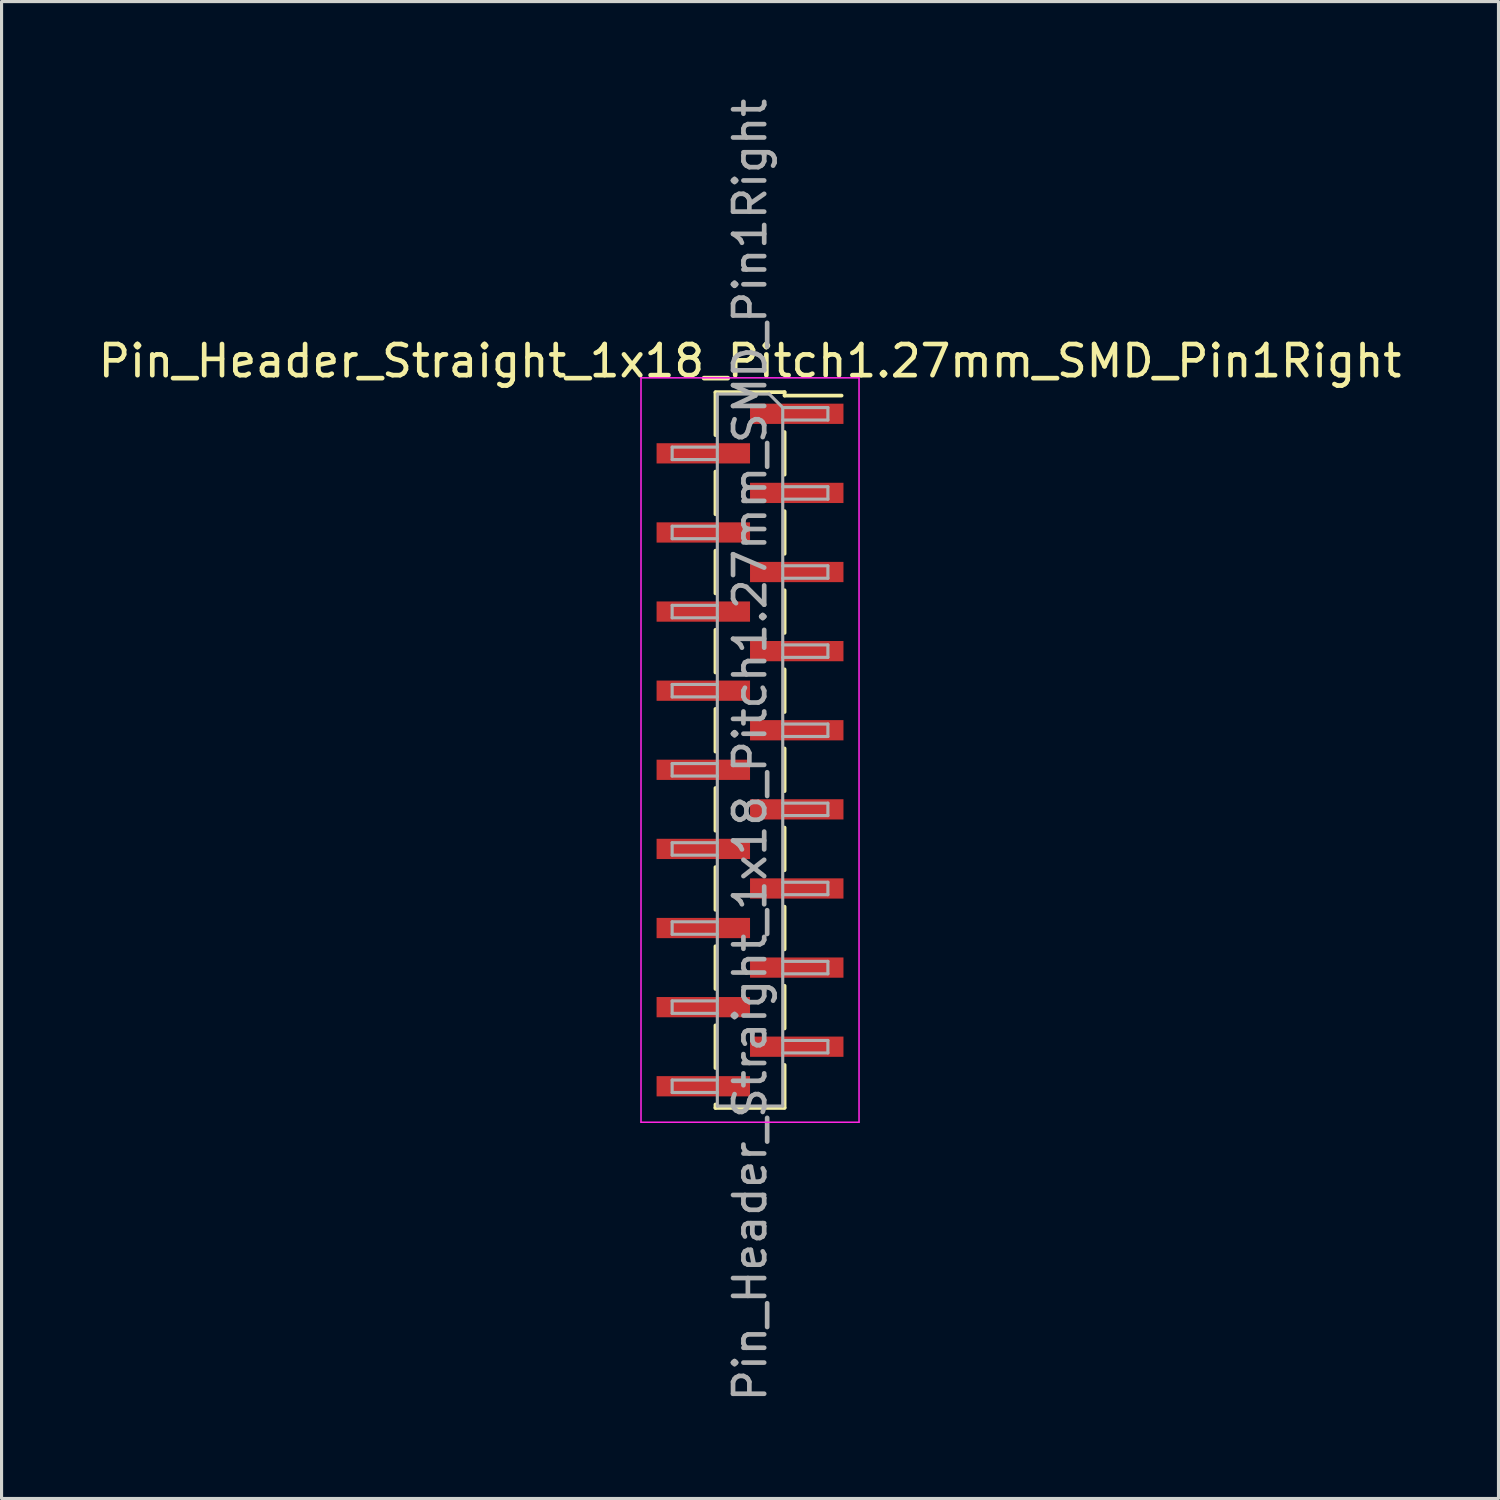
<source format=kicad_pcb>
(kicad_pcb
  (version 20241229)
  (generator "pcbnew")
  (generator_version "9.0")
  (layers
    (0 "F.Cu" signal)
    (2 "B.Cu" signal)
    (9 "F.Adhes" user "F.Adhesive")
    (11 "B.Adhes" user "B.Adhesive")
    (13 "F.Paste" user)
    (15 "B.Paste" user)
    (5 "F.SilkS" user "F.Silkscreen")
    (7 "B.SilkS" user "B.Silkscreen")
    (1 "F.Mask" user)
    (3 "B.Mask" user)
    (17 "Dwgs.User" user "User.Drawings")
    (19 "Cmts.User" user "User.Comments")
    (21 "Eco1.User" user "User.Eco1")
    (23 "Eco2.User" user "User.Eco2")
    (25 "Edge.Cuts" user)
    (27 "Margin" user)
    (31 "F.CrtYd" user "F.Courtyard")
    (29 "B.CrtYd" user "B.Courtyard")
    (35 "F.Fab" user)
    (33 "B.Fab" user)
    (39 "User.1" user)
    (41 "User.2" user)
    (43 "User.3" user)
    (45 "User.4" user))
  (footprint "Pin_Header_Straight_1x18_Pitch1.27mm_SMD_Pin1Right"
    (layer "F.Cu")
    (at 21.03 21.03)
    (property "Reference" "Pin_Header_Straight_1x18_Pitch1.27mm_SMD_Pin1Right" (at 0 -12.49 0) (layer "F.SilkS") (effects (font (size 1 1) (thickness 0.15))))
    (attr smd)
    (fp_line (start -1.11 -11.49) (end 1.11 -11.49) (stroke (width 0.12) (type solid)) (layer "F.SilkS"))
    (fp_line (start -1.11 -11.48) (end -1.11 -10.11) (stroke (width 0.12) (type solid)) (layer "F.SilkS"))
    (fp_line (start -1.11 -8.94) (end -1.11 -7.57) (stroke (width 0.12) (type solid)) (layer "F.SilkS"))
    (fp_line (start -1.11 -6.4) (end -1.11 -5.03) (stroke (width 0.12) (type solid)) (layer "F.SilkS"))
    (fp_line (start -1.11 -3.86) (end -1.11 -2.49) (stroke (width 0.12) (type solid)) (layer "F.SilkS"))
    (fp_line (start -1.11 -1.32) (end -1.11 0.05) (stroke (width 0.12) (type solid)) (layer "F.SilkS"))
    (fp_line (start -1.11 1.22) (end -1.11 2.59) (stroke (width 0.12) (type solid)) (layer "F.SilkS"))
    (fp_line (start -1.11 3.76) (end -1.11 5.13) (stroke (width 0.12) (type solid)) (layer "F.SilkS"))
    (fp_line (start -1.11 6.3) (end -1.11 7.67) (stroke (width 0.12) (type solid)) (layer "F.SilkS"))
    (fp_line (start -1.11 8.84) (end -1.11 10.21) (stroke (width 0.12) (type solid)) (layer "F.SilkS"))
    (fp_line (start -1.11 11.38) (end -1.11 11.49) (stroke (width 0.12) (type solid)) (layer "F.SilkS"))
    (fp_line (start -1.11 11.49) (end 1.11 11.49) (stroke (width 0.12) (type solid)) (layer "F.SilkS"))
    (fp_line (start 1.11 -11.49) (end 1.11 -11.38) (stroke (width 0.12) (type solid)) (layer "F.SilkS"))
    (fp_line (start 1.11 -11.38) (end 2.94 -11.38) (stroke (width 0.12) (type solid)) (layer "F.SilkS"))
    (fp_line (start 1.11 -10.21) (end 1.11 -8.84) (stroke (width 0.12) (type solid)) (layer "F.SilkS"))
    (fp_line (start 1.11 -7.67) (end 1.11 -6.3) (stroke (width 0.12) (type solid)) (layer "F.SilkS"))
    (fp_line (start 1.11 -5.13) (end 1.11 -3.76) (stroke (width 0.12) (type solid)) (layer "F.SilkS"))
    (fp_line (start 1.11 -2.59) (end 1.11 -1.22) (stroke (width 0.12) (type solid)) (layer "F.SilkS"))
    (fp_line (start 1.11 -0.05) (end 1.11 1.32) (stroke (width 0.12) (type solid)) (layer "F.SilkS"))
    (fp_line (start 1.11 2.49) (end 1.11 3.86) (stroke (width 0.12) (type solid)) (layer "F.SilkS"))
    (fp_line (start 1.11 5.03) (end 1.11 6.4) (stroke (width 0.12) (type solid)) (layer "F.SilkS"))
    (fp_line (start 1.11 7.57) (end 1.11 8.94) (stroke (width 0.12) (type solid)) (layer "F.SilkS"))
    (fp_line (start 1.11 10.11) (end 1.11 11.48) (stroke (width 0.12) (type solid)) (layer "F.SilkS"))
    (fp_line (start -3.5 -11.95) (end -3.5 11.95) (stroke (width 0.05) (type solid)) (layer "F.CrtYd"))
    (fp_line (start -3.5 11.95) (end 3.5 11.95) (stroke (width 0.05) (type solid)) (layer "F.CrtYd"))
    (fp_line (start 3.5 -11.95) (end -3.5 -11.95) (stroke (width 0.05) (type solid)) (layer "F.CrtYd"))
    (fp_line (start 3.5 11.95) (end 3.5 -11.95) (stroke (width 0.05) (type solid)) (layer "F.CrtYd"))
    (fp_line (start -2.5 -9.725) (end -2.5 -9.325) (stroke (width 0.1) (type solid)) (layer "F.Fab"))
    (fp_line (start -2.5 -9.325) (end -1.05 -9.325) (stroke (width 0.1) (type solid)) (layer "F.Fab"))
    (fp_line (start -2.5 -7.185) (end -2.5 -6.785) (stroke (width 0.1) (type solid)) (layer "F.Fab"))
    (fp_line (start -2.5 -6.785) (end -1.05 -6.785) (stroke (width 0.1) (type solid)) (layer "F.Fab"))
    (fp_line (start -2.5 -4.645) (end -2.5 -4.245) (stroke (width 0.1) (type solid)) (layer "F.Fab"))
    (fp_line (start -2.5 -4.245) (end -1.05 -4.245) (stroke (width 0.1) (type solid)) (layer "F.Fab"))
    (fp_line (start -2.5 -2.105) (end -2.5 -1.705) (stroke (width 0.1) (type solid)) (layer "F.Fab"))
    (fp_line (start -2.5 -1.705) (end -1.05 -1.705) (stroke (width 0.1) (type solid)) (layer "F.Fab"))
    (fp_line (start -2.5 0.435) (end -2.5 0.835) (stroke (width 0.1) (type solid)) (layer "F.Fab"))
    (fp_line (start -2.5 0.835) (end -1.05 0.835) (stroke (width 0.1) (type solid)) (layer "F.Fab"))
    (fp_line (start -2.5 2.975) (end -2.5 3.375) (stroke (width 0.1) (type solid)) (layer "F.Fab"))
    (fp_line (start -2.5 3.375) (end -1.05 3.375) (stroke (width 0.1) (type solid)) (layer "F.Fab"))
    (fp_line (start -2.5 5.515) (end -2.5 5.915) (stroke (width 0.1) (type solid)) (layer "F.Fab"))
    (fp_line (start -2.5 5.915) (end -1.05 5.915) (stroke (width 0.1) (type solid)) (layer "F.Fab"))
    (fp_line (start -2.5 8.055) (end -2.5 8.455) (stroke (width 0.1) (type solid)) (layer "F.Fab"))
    (fp_line (start -2.5 8.455) (end -1.05 8.455) (stroke (width 0.1) (type solid)) (layer "F.Fab"))
    (fp_line (start -2.5 10.595) (end -2.5 10.995) (stroke (width 0.1) (type solid)) (layer "F.Fab"))
    (fp_line (start -2.5 10.995) (end -1.05 10.995) (stroke (width 0.1) (type solid)) (layer "F.Fab"))
    (fp_line (start -1.05 -11.43) (end -1.05 11.43) (stroke (width 0.1) (type solid)) (layer "F.Fab"))
    (fp_line (start -1.05 -11.43) (end 0.615 -11.43) (stroke (width 0.1) (type solid)) (layer "F.Fab"))
    (fp_line (start -1.05 -9.725) (end -2.5 -9.725) (stroke (width 0.1) (type solid)) (layer "F.Fab"))
    (fp_line (start -1.05 -7.185) (end -2.5 -7.185) (stroke (width 0.1) (type solid)) (layer "F.Fab"))
    (fp_line (start -1.05 -4.645) (end -2.5 -4.645) (stroke (width 0.1) (type solid)) (layer "F.Fab"))
    (fp_line (start -1.05 -2.105) (end -2.5 -2.105) (stroke (width 0.1) (type solid)) (layer "F.Fab"))
    (fp_line (start -1.05 0.435) (end -2.5 0.435) (stroke (width 0.1) (type solid)) (layer "F.Fab"))
    (fp_line (start -1.05 2.975) (end -2.5 2.975) (stroke (width 0.1) (type solid)) (layer "F.Fab"))
    (fp_line (start -1.05 5.515) (end -2.5 5.515) (stroke (width 0.1) (type solid)) (layer "F.Fab"))
    (fp_line (start -1.05 8.055) (end -2.5 8.055) (stroke (width 0.1) (type solid)) (layer "F.Fab"))
    (fp_line (start -1.05 10.595) (end -2.5 10.595) (stroke (width 0.1) (type solid)) (layer "F.Fab"))
    (fp_line (start 1.05 -10.995) (end 0.615 -11.43) (stroke (width 0.1) (type solid)) (layer "F.Fab"))
    (fp_line (start 1.05 -10.995) (end 2.5 -10.995) (stroke (width 0.1) (type solid)) (layer "F.Fab"))
    (fp_line (start 1.05 -8.455) (end 2.5 -8.455) (stroke (width 0.1) (type solid)) (layer "F.Fab"))
    (fp_line (start 1.05 -5.915) (end 2.5 -5.915) (stroke (width 0.1) (type solid)) (layer "F.Fab"))
    (fp_line (start 1.05 -3.375) (end 2.5 -3.375) (stroke (width 0.1) (type solid)) (layer "F.Fab"))
    (fp_line (start 1.05 -0.835) (end 2.5 -0.835) (stroke (width 0.1) (type solid)) (layer "F.Fab"))
    (fp_line (start 1.05 1.705) (end 2.5 1.705) (stroke (width 0.1) (type solid)) (layer "F.Fab"))
    (fp_line (start 1.05 4.245) (end 2.5 4.245) (stroke (width 0.1) (type solid)) (layer "F.Fab"))
    (fp_line (start 1.05 6.785) (end 2.5 6.785) (stroke (width 0.1) (type solid)) (layer "F.Fab"))
    (fp_line (start 1.05 9.325) (end 2.5 9.325) (stroke (width 0.1) (type solid)) (layer "F.Fab"))
    (fp_line (start 1.05 11.43) (end -1.05 11.43) (stroke (width 0.1) (type solid)) (layer "F.Fab"))
    (fp_line (start 1.05 11.43) (end 1.05 -10.995) (stroke (width 0.1) (type solid)) (layer "F.Fab"))
    (fp_line (start 2.5 -10.995) (end 2.5 -10.595) (stroke (width 0.1) (type solid)) (layer "F.Fab"))
    (fp_line (start 2.5 -10.595) (end 1.05 -10.595) (stroke (width 0.1) (type solid)) (layer "F.Fab"))
    (fp_line (start 2.5 -8.455) (end 2.5 -8.055) (stroke (width 0.1) (type solid)) (layer "F.Fab"))
    (fp_line (start 2.5 -8.055) (end 1.05 -8.055) (stroke (width 0.1) (type solid)) (layer "F.Fab"))
    (fp_line (start 2.5 -5.915) (end 2.5 -5.515) (stroke (width 0.1) (type solid)) (layer "F.Fab"))
    (fp_line (start 2.5 -5.515) (end 1.05 -5.515) (stroke (width 0.1) (type solid)) (layer "F.Fab"))
    (fp_line (start 2.5 -3.375) (end 2.5 -2.975) (stroke (width 0.1) (type solid)) (layer "F.Fab"))
    (fp_line (start 2.5 -2.975) (end 1.05 -2.975) (stroke (width 0.1) (type solid)) (layer "F.Fab"))
    (fp_line (start 2.5 -0.835) (end 2.5 -0.435) (stroke (width 0.1) (type solid)) (layer "F.Fab"))
    (fp_line (start 2.5 -0.435) (end 1.05 -0.435) (stroke (width 0.1) (type solid)) (layer "F.Fab"))
    (fp_line (start 2.5 1.705) (end 2.5 2.105) (stroke (width 0.1) (type solid)) (layer "F.Fab"))
    (fp_line (start 2.5 2.105) (end 1.05 2.105) (stroke (width 0.1) (type solid)) (layer "F.Fab"))
    (fp_line (start 2.5 4.245) (end 2.5 4.645) (stroke (width 0.1) (type solid)) (layer "F.Fab"))
    (fp_line (start 2.5 4.645) (end 1.05 4.645) (stroke (width 0.1) (type solid)) (layer "F.Fab"))
    (fp_line (start 2.5 6.785) (end 2.5 7.185) (stroke (width 0.1) (type solid)) (layer "F.Fab"))
    (fp_line (start 2.5 7.185) (end 1.05 7.185) (stroke (width 0.1) (type solid)) (layer "F.Fab"))
    (fp_line (start 2.5 9.325) (end 2.5 9.725) (stroke (width 0.1) (type solid)) (layer "F.Fab"))
    (fp_line (start 2.5 9.725) (end 1.05 9.725) (stroke (width 0.1) (type solid)) (layer "F.Fab"))
    (fp_text user "${REFERENCE}" (at 0 0 90) (layer "F.Fab") (effects (font (size 1 1) (thickness 0.15))))
    (pad "1" smd rect (at 1.5 -10.795) (size 3 0.65) (layers "F.Cu" "F.Mask" "F.Paste"))
    (pad "2" smd rect (at -1.5 -9.525) (size 3 0.65) (layers "F.Cu" "F.Mask" "F.Paste"))
    (pad "3" smd rect (at 1.5 -8.255) (size 3 0.65) (layers "F.Cu" "F.Mask" "F.Paste"))
    (pad "4" smd rect (at -1.5 -6.985) (size 3 0.65) (layers "F.Cu" "F.Mask" "F.Paste"))
    (pad "5" smd rect (at 1.5 -5.715) (size 3 0.65) (layers "F.Cu" "F.Mask" "F.Paste"))
    (pad "6" smd rect (at -1.5 -4.445) (size 3 0.65) (layers "F.Cu" "F.Mask" "F.Paste"))
    (pad "7" smd rect (at 1.5 -3.175) (size 3 0.65) (layers "F.Cu" "F.Mask" "F.Paste"))
    (pad "8" smd rect (at -1.5 -1.905) (size 3 0.65) (layers "F.Cu" "F.Mask" "F.Paste"))
    (pad "9" smd rect (at 1.5 -0.635) (size 3 0.65) (layers "F.Cu" "F.Mask" "F.Paste"))
    (pad "10" smd rect (at -1.5 0.635) (size 3 0.65) (layers "F.Cu" "F.Mask" "F.Paste"))
    (pad "11" smd rect (at 1.5 1.905) (size 3 0.65) (layers "F.Cu" "F.Mask" "F.Paste"))
    (pad "12" smd rect (at -1.5 3.175) (size 3 0.65) (layers "F.Cu" "F.Mask" "F.Paste"))
    (pad "13" smd rect (at 1.5 4.445) (size 3 0.65) (layers "F.Cu" "F.Mask" "F.Paste"))
    (pad "14" smd rect (at -1.5 5.715) (size 3 0.65) (layers "F.Cu" "F.Mask" "F.Paste"))
    (pad "15" smd rect (at 1.5 6.985) (size 3 0.65) (layers "F.Cu" "F.Mask" "F.Paste"))
    (pad "16" smd rect (at -1.5 8.255) (size 3 0.65) (layers "F.Cu" "F.Mask" "F.Paste"))
    (pad "17" smd rect (at 1.5 9.525) (size 3 0.65) (layers "F.Cu" "F.Mask" "F.Paste"))
    (pad "18" smd rect (at -1.5 10.795) (size 3 0.65) (layers "F.Cu" "F.Mask" "F.Paste")))
  (gr_rect
    (start -3 -3)
    (end 45.06 45.06)
    (stroke (width 0.1) (type default))
    (fill no)
    (layer "Edge.Cuts")))
</source>
